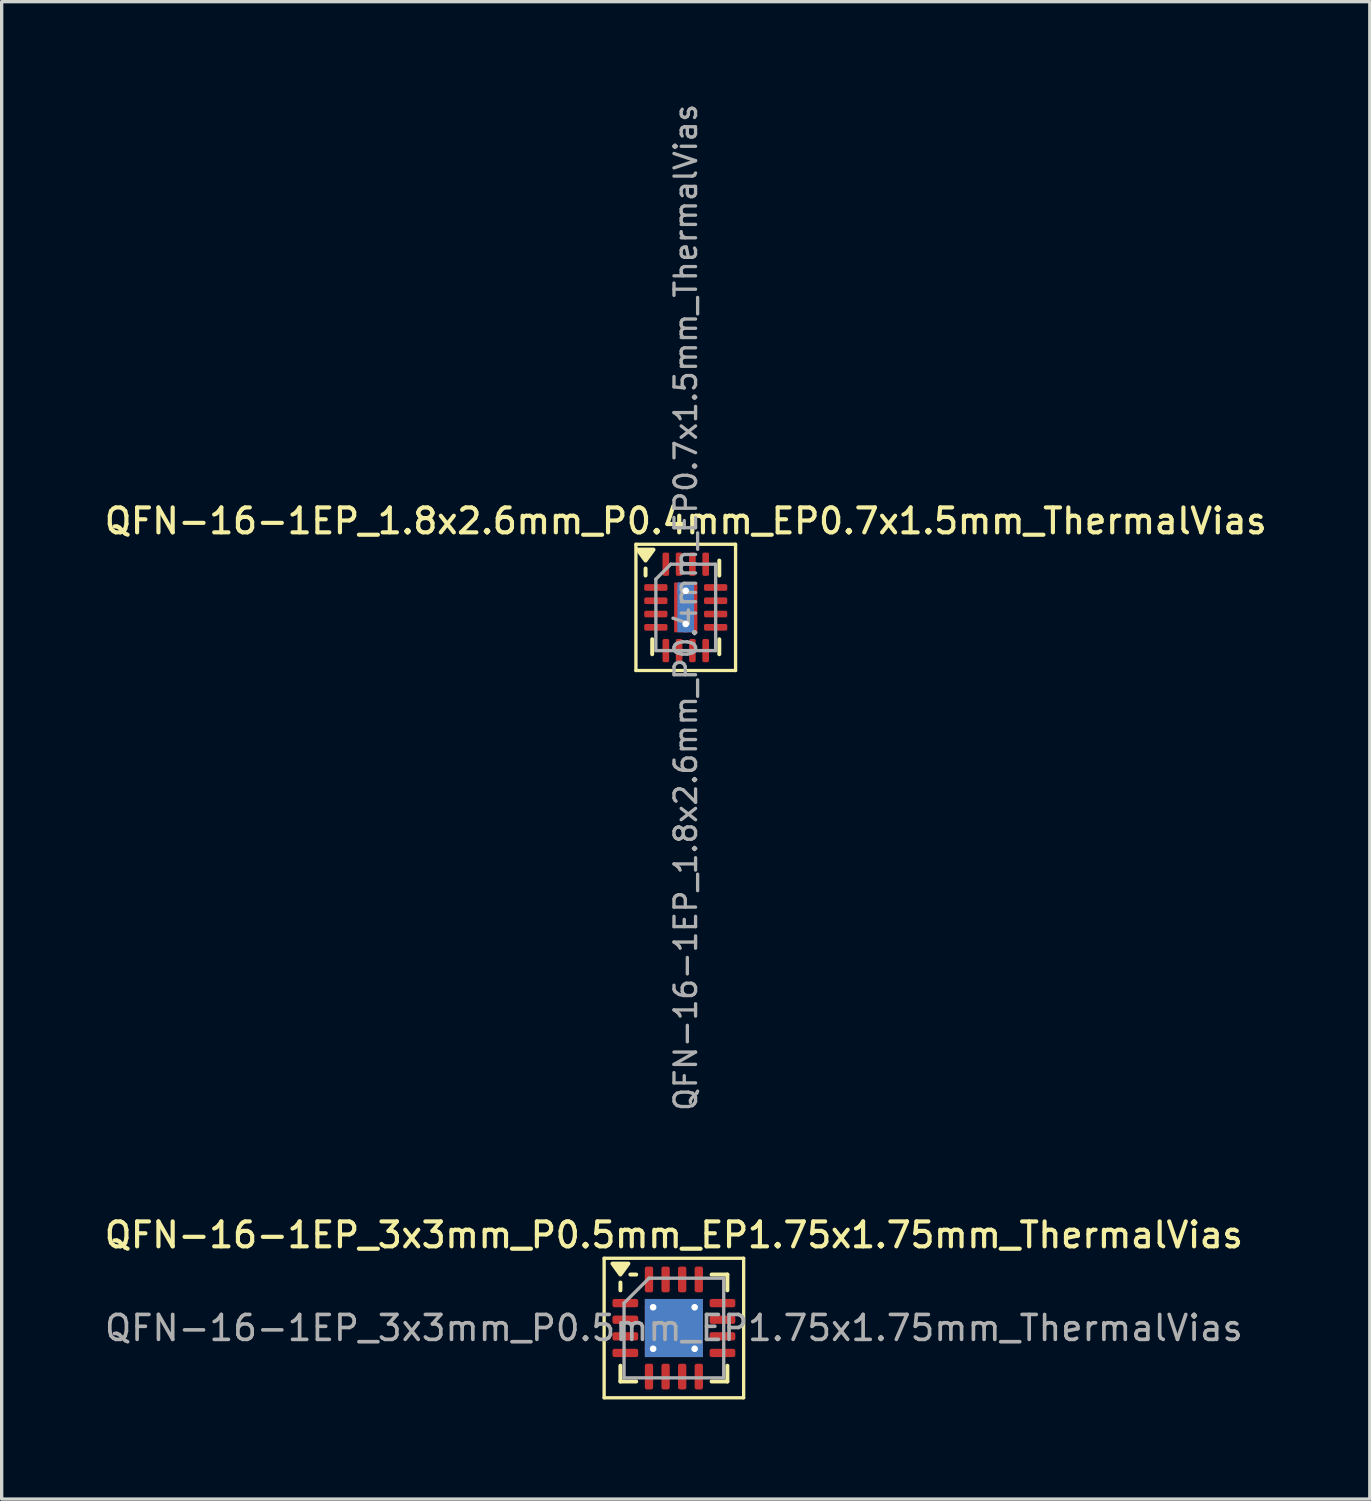
<source format=kicad_pcb>
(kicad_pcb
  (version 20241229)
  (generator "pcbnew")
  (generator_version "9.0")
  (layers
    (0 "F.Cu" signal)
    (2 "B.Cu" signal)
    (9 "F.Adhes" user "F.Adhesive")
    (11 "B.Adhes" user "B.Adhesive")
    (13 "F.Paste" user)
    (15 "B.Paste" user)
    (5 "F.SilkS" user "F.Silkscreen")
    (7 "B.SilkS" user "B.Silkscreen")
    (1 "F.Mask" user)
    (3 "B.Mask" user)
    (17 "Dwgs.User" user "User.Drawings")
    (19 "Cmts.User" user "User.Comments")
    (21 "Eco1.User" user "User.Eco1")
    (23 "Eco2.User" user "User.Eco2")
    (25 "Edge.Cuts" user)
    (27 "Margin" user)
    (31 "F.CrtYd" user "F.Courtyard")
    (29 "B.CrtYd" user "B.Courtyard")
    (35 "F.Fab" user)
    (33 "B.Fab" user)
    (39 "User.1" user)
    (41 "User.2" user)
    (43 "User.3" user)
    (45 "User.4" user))
  (footprint "QFN-16-1EP_3x3mm_P0.5mm_EP1.75x1.75mm_ThermalVias"
    (layer "F.Cu")
    (at 17.238 36.931)
    (property "Reference" "QFN-16-1EP_3x3mm_P0.5mm_EP1.75x1.75mm_ThermalVias" (at 0 -2.8 0) (layer "F.SilkS") (effects (font (size 0.75 0.75) (thickness 0.125))))
    (attr smd)
    (fp_line (start -2.1 -2.1) (end -2.1 2.1) (stroke (width 0.1) (type solid)) (layer "F.SilkS"))
    (fp_line (start -2.1 2.1) (end 2.1 2.1) (stroke (width 0.1) (type solid)) (layer "F.SilkS"))
    (fp_line (start -1.61 -1.135) (end -1.61 -1.37) (stroke (width 0.12) (type solid)) (layer "F.SilkS"))
    (fp_line (start -1.61 1.61) (end -1.61 1.135) (stroke (width 0.12) (type solid)) (layer "F.SilkS"))
    (fp_line (start -1.135 -1.61) (end -1.31 -1.61) (stroke (width 0.12) (type solid)) (layer "F.SilkS"))
    (fp_line (start -1.135 1.61) (end -1.61 1.61) (stroke (width 0.12) (type solid)) (layer "F.SilkS"))
    (fp_line (start 1.135 -1.61) (end 1.61 -1.61) (stroke (width 0.12) (type solid)) (layer "F.SilkS"))
    (fp_line (start 1.135 1.61) (end 1.61 1.61) (stroke (width 0.12) (type solid)) (layer "F.SilkS"))
    (fp_line (start 1.61 -1.61) (end 1.61 -1.135) (stroke (width 0.12) (type solid)) (layer "F.SilkS"))
    (fp_line (start 1.61 1.61) (end 1.61 1.135) (stroke (width 0.12) (type solid)) (layer "F.SilkS"))
    (fp_line (start 2.1 -2.1) (end -2.1 -2.1) (stroke (width 0.1) (type solid)) (layer "F.SilkS"))
    (fp_line (start 2.1 2.1) (end 2.1 -2.1) (stroke (width 0.1) (type solid)) (layer "F.SilkS"))
    (fp_poly (pts (xy -1.61 -1.61) (xy -1.85 -1.94) (xy -1.37 -1.94) (xy -1.61 -1.61)) (stroke (width 0.12) (type solid)) (fill yes) (layer "F.SilkS"))
    (fp_line (start -1.5 -0.75) (end -0.75 -1.5) (stroke (width 0.1) (type solid)) (layer "F.Fab"))
    (fp_line (start -1.5 1.5) (end -1.5 -0.75) (stroke (width 0.1) (type solid)) (layer "F.Fab"))
    (fp_line (start -0.75 -1.5) (end 1.5 -1.5) (stroke (width 0.1) (type solid)) (layer "F.Fab"))
    (fp_line (start 1.5 -1.5) (end 1.5 1.5) (stroke (width 0.1) (type solid)) (layer "F.Fab"))
    (fp_line (start 1.5 1.5) (end -1.5 1.5) (stroke (width 0.1) (type solid)) (layer "F.Fab"))
    (fp_text user "${REFERENCE}" (at 0 0 0) (layer "F.Fab") (effects (font (size 0.75 0.75) (thickness 0.11))))
    (pad "" smd roundrect (at -0.44 -0.44) (size 0.76 0.76) (layers "F.Paste") (roundrect_rratio 0.25))
    (pad "" smd roundrect (at -0.44 0.44) (size 0.76 0.76) (layers "F.Paste") (roundrect_rratio 0.25))
    (pad "" smd roundrect (at 0.44 -0.44) (size 0.76 0.76) (layers "F.Paste") (roundrect_rratio 0.25))
    (pad "" smd roundrect (at 0.44 0.44) (size 0.76 0.76) (layers "F.Paste") (roundrect_rratio 0.25))
    (pad "1" smd roundrect (at -1.462 -0.75) (size 0.775 0.25) (layers "F.Cu" "F.Mask" "F.Paste") (roundrect_rratio 0.25))
    (pad "2" smd roundrect (at -1.462 -0.25) (size 0.775 0.25) (layers "F.Cu" "F.Mask" "F.Paste") (roundrect_rratio 0.25))
    (pad "3" smd roundrect (at -1.462 0.25) (size 0.775 0.25) (layers "F.Cu" "F.Mask" "F.Paste") (roundrect_rratio 0.25))
    (pad "4" smd roundrect (at -1.462 0.75) (size 0.775 0.25) (layers "F.Cu" "F.Mask" "F.Paste") (roundrect_rratio 0.25))
    (pad "5" smd roundrect (at -0.75 1.462) (size 0.25 0.775) (layers "F.Cu" "F.Mask" "F.Paste") (roundrect_rratio 0.25))
    (pad "6" smd roundrect (at -0.25 1.462) (size 0.25 0.775) (layers "F.Cu" "F.Mask" "F.Paste") (roundrect_rratio 0.25))
    (pad "7" smd roundrect (at 0.25 1.462) (size 0.25 0.775) (layers "F.Cu" "F.Mask" "F.Paste") (roundrect_rratio 0.25))
    (pad "8" smd roundrect (at 0.75 1.462) (size 0.25 0.775) (layers "F.Cu" "F.Mask" "F.Paste") (roundrect_rratio 0.25))
    (pad "9" smd roundrect (at 1.462 0.75) (size 0.775 0.25) (layers "F.Cu" "F.Mask" "F.Paste") (roundrect_rratio 0.25))
    (pad "10" smd roundrect (at 1.462 0.25) (size 0.775 0.25) (layers "F.Cu" "F.Mask" "F.Paste") (roundrect_rratio 0.25))
    (pad "11" smd roundrect (at 1.462 -0.25) (size 0.775 0.25) (layers "F.Cu" "F.Mask" "F.Paste") (roundrect_rratio 0.25))
    (pad "12" smd roundrect (at 1.462 -0.75) (size 0.775 0.25) (layers "F.Cu" "F.Mask" "F.Paste") (roundrect_rratio 0.25))
    (pad "13" smd roundrect (at 0.75 -1.462) (size 0.25 0.775) (layers "F.Cu" "F.Mask" "F.Paste") (roundrect_rratio 0.25))
    (pad "14" smd roundrect (at 0.25 -1.462) (size 0.25 0.775) (layers "F.Cu" "F.Mask" "F.Paste") (roundrect_rratio 0.25))
    (pad "15" smd roundrect (at -0.25 -1.462) (size 0.25 0.775) (layers "F.Cu" "F.Mask" "F.Paste") (roundrect_rratio 0.25))
    (pad "16" smd roundrect (at -0.75 -1.462) (size 0.25 0.775) (layers "F.Cu" "F.Mask" "F.Paste") (roundrect_rratio 0.25))
    (pad "17" thru_hole circle (at -0.625 -0.625) (size 0.5 0.5) (drill 0.2) (property pad_prop_heatsink) (layers "*.Cu"))
    (pad "17" thru_hole circle (at -0.625 0.625) (size 0.5 0.5) (drill 0.2) (property pad_prop_heatsink) (layers "*.Cu"))
    (pad "17" smd rect (at 0 0) (size 1.75 1.75) (property pad_prop_heatsink) (layers "F.Cu" "F.Mask"))
    (pad "17" smd rect (at 0 0) (size 1.75 1.75) (property pad_prop_heatsink) (layers "B.Cu"))
    (pad "17" thru_hole circle (at 0.625 -0.625) (size 0.5 0.5) (drill 0.2) (property pad_prop_heatsink) (layers "*.Cu"))
    (pad "17" thru_hole circle (at 0.625 0.625) (size 0.5 0.5) (drill 0.2) (property pad_prop_heatsink) (layers "*.Cu")))
  (footprint "QFN-16-1EP_1.8x2.6mm_P0.4mm_EP0.7x1.5mm_ThermalVias"
    (layer "F.Cu")
    (at 17.595 15.236)
    (property "Reference" "QFN-16-1EP_1.8x2.6mm_P0.4mm_EP0.7x1.5mm_ThermalVias" (at 0 -2.6 0) (layer "F.SilkS") (effects (font (size 0.75 0.75) (thickness 0.125))))
    (attr smd)
    (fp_line (start -1.5 -1.9) (end -1.5 1.9) (stroke (width 0.1) (type solid)) (layer "F.SilkS"))
    (fp_line (start -1.5 1.9) (end 1.5 1.9) (stroke (width 0.1) (type solid)) (layer "F.SilkS"))
    (fp_line (start -1.21 -0.96) (end -1.21 -1.17) (stroke (width 0.12) (type solid)) (layer "F.SilkS"))
    (fp_line (start -1.01 1.41) (end -1.01 0.96) (stroke (width 0.12) (type solid)) (layer "F.SilkS"))
    (fp_line (start 1.01 -1.41) (end 1.01 -0.96) (stroke (width 0.12) (type solid)) (layer "F.SilkS"))
    (fp_line (start 1.01 1.41) (end 1.01 0.96) (stroke (width 0.12) (type solid)) (layer "F.SilkS"))
    (fp_line (start 1.5 -1.9) (end -1.5 -1.9) (stroke (width 0.1) (type solid)) (layer "F.SilkS"))
    (fp_line (start 1.5 1.9) (end 1.5 -1.9) (stroke (width 0.1) (type solid)) (layer "F.SilkS"))
    (fp_poly (pts (xy -1.21 -1.41) (xy -1.45 -1.74) (xy -0.97 -1.74) (xy -1.21 -1.41)) (stroke (width 0.12) (type solid)) (fill yes) (layer "F.SilkS"))
    (fp_line (start -0.9 -0.85) (end -0.45 -1.3) (stroke (width 0.1) (type solid)) (layer "F.Fab"))
    (fp_line (start -0.9 1.3) (end -0.9 -0.85) (stroke (width 0.1) (type solid)) (layer "F.Fab"))
    (fp_line (start -0.45 -1.3) (end 0.9 -1.3) (stroke (width 0.1) (type solid)) (layer "F.Fab"))
    (fp_line (start 0.9 -1.3) (end 0.9 1.3) (stroke (width 0.1) (type solid)) (layer "F.Fab"))
    (fp_line (start 0.9 1.3) (end -0.9 1.3) (stroke (width 0.1) (type solid)) (layer "F.Fab"))
    (fp_text user "${REFERENCE}" (at 0 0 90) (layer "F.Fab") (effects (font (size 0.65 0.65) (thickness 0.1))))
    (pad "" smd roundrect (at 0 -0.375) (size 0.61 0.65) (layers "F.Paste") (roundrect_rratio 0.25))
    (pad "" smd roundrect (at 0 0.375) (size 0.61 0.65) (layers "F.Paste") (roundrect_rratio 0.25))
    (pad "1" smd roundrect (at -0.9 -0.6) (size 0.7 0.2) (layers "F.Cu" "F.Mask" "F.Paste") (roundrect_rratio 0.25))
    (pad "2" smd roundrect (at -0.9 -0.2) (size 0.7 0.2) (layers "F.Cu" "F.Mask" "F.Paste") (roundrect_rratio 0.25))
    (pad "3" smd roundrect (at -0.9 0.2) (size 0.7 0.2) (layers "F.Cu" "F.Mask" "F.Paste") (roundrect_rratio 0.25))
    (pad "4" smd roundrect (at -0.9 0.6) (size 0.7 0.2) (layers "F.Cu" "F.Mask" "F.Paste") (roundrect_rratio 0.25))
    (pad "5" smd roundrect (at -0.6 1.3) (size 0.2 0.7) (layers "F.Cu" "F.Mask" "F.Paste") (roundrect_rratio 0.25))
    (pad "6" smd roundrect (at -0.2 1.3) (size 0.2 0.7) (layers "F.Cu" "F.Mask" "F.Paste") (roundrect_rratio 0.25))
    (pad "7" smd roundrect (at 0.2 1.3) (size 0.2 0.7) (layers "F.Cu" "F.Mask" "F.Paste") (roundrect_rratio 0.25))
    (pad "8" smd roundrect (at 0.6 1.3) (size 0.2 0.7) (layers "F.Cu" "F.Mask" "F.Paste") (roundrect_rratio 0.25))
    (pad "9" smd roundrect (at 0.9 0.6) (size 0.7 0.2) (layers "F.Cu" "F.Mask" "F.Paste") (roundrect_rratio 0.25))
    (pad "10" smd roundrect (at 0.9 0.2) (size 0.7 0.2) (layers "F.Cu" "F.Mask" "F.Paste") (roundrect_rratio 0.25))
    (pad "11" smd roundrect (at 0.9 -0.2) (size 0.7 0.2) (layers "F.Cu" "F.Mask" "F.Paste") (roundrect_rratio 0.25))
    (pad "12" smd roundrect (at 0.9 -0.6) (size 0.7 0.2) (layers "F.Cu" "F.Mask" "F.Paste") (roundrect_rratio 0.25))
    (pad "13" smd roundrect (at 0.6 -1.3) (size 0.2 0.7) (layers "F.Cu" "F.Mask" "F.Paste") (roundrect_rratio 0.25))
    (pad "14" smd roundrect (at 0.2 -1.3) (size 0.2 0.7) (layers "F.Cu" "F.Mask" "F.Paste") (roundrect_rratio 0.25))
    (pad "15" smd roundrect (at -0.2 -1.3) (size 0.2 0.7) (layers "F.Cu" "F.Mask" "F.Paste") (roundrect_rratio 0.25))
    (pad "16" smd roundrect (at -0.6 -1.3) (size 0.2 0.7) (layers "F.Cu" "F.Mask" "F.Paste") (roundrect_rratio 0.25))
    (pad "17" thru_hole circle (at 0 -0.5) (size 0.5 0.5) (drill 0.2) (property pad_prop_heatsink) (layers "*.Cu"))
    (pad "17" smd rect (at 0 0) (size 0.5 1.5) (property pad_prop_heatsink) (layers "B.Cu"))
    (pad "17" smd rect (at 0 0) (size 0.7 1.5) (property pad_prop_heatsink) (layers "F.Cu" "F.Mask"))
    (pad "17" thru_hole circle (at 0 0.5) (size 0.5 0.5) (drill 0.2) (property pad_prop_heatsink) (layers "*.Cu")))
  (gr_rect
    (start -3 -3)
    (end 38.189 42.081)
    (stroke (width 0.1) (type default))
    (fill no)
    (layer "Edge.Cuts")))
</source>
